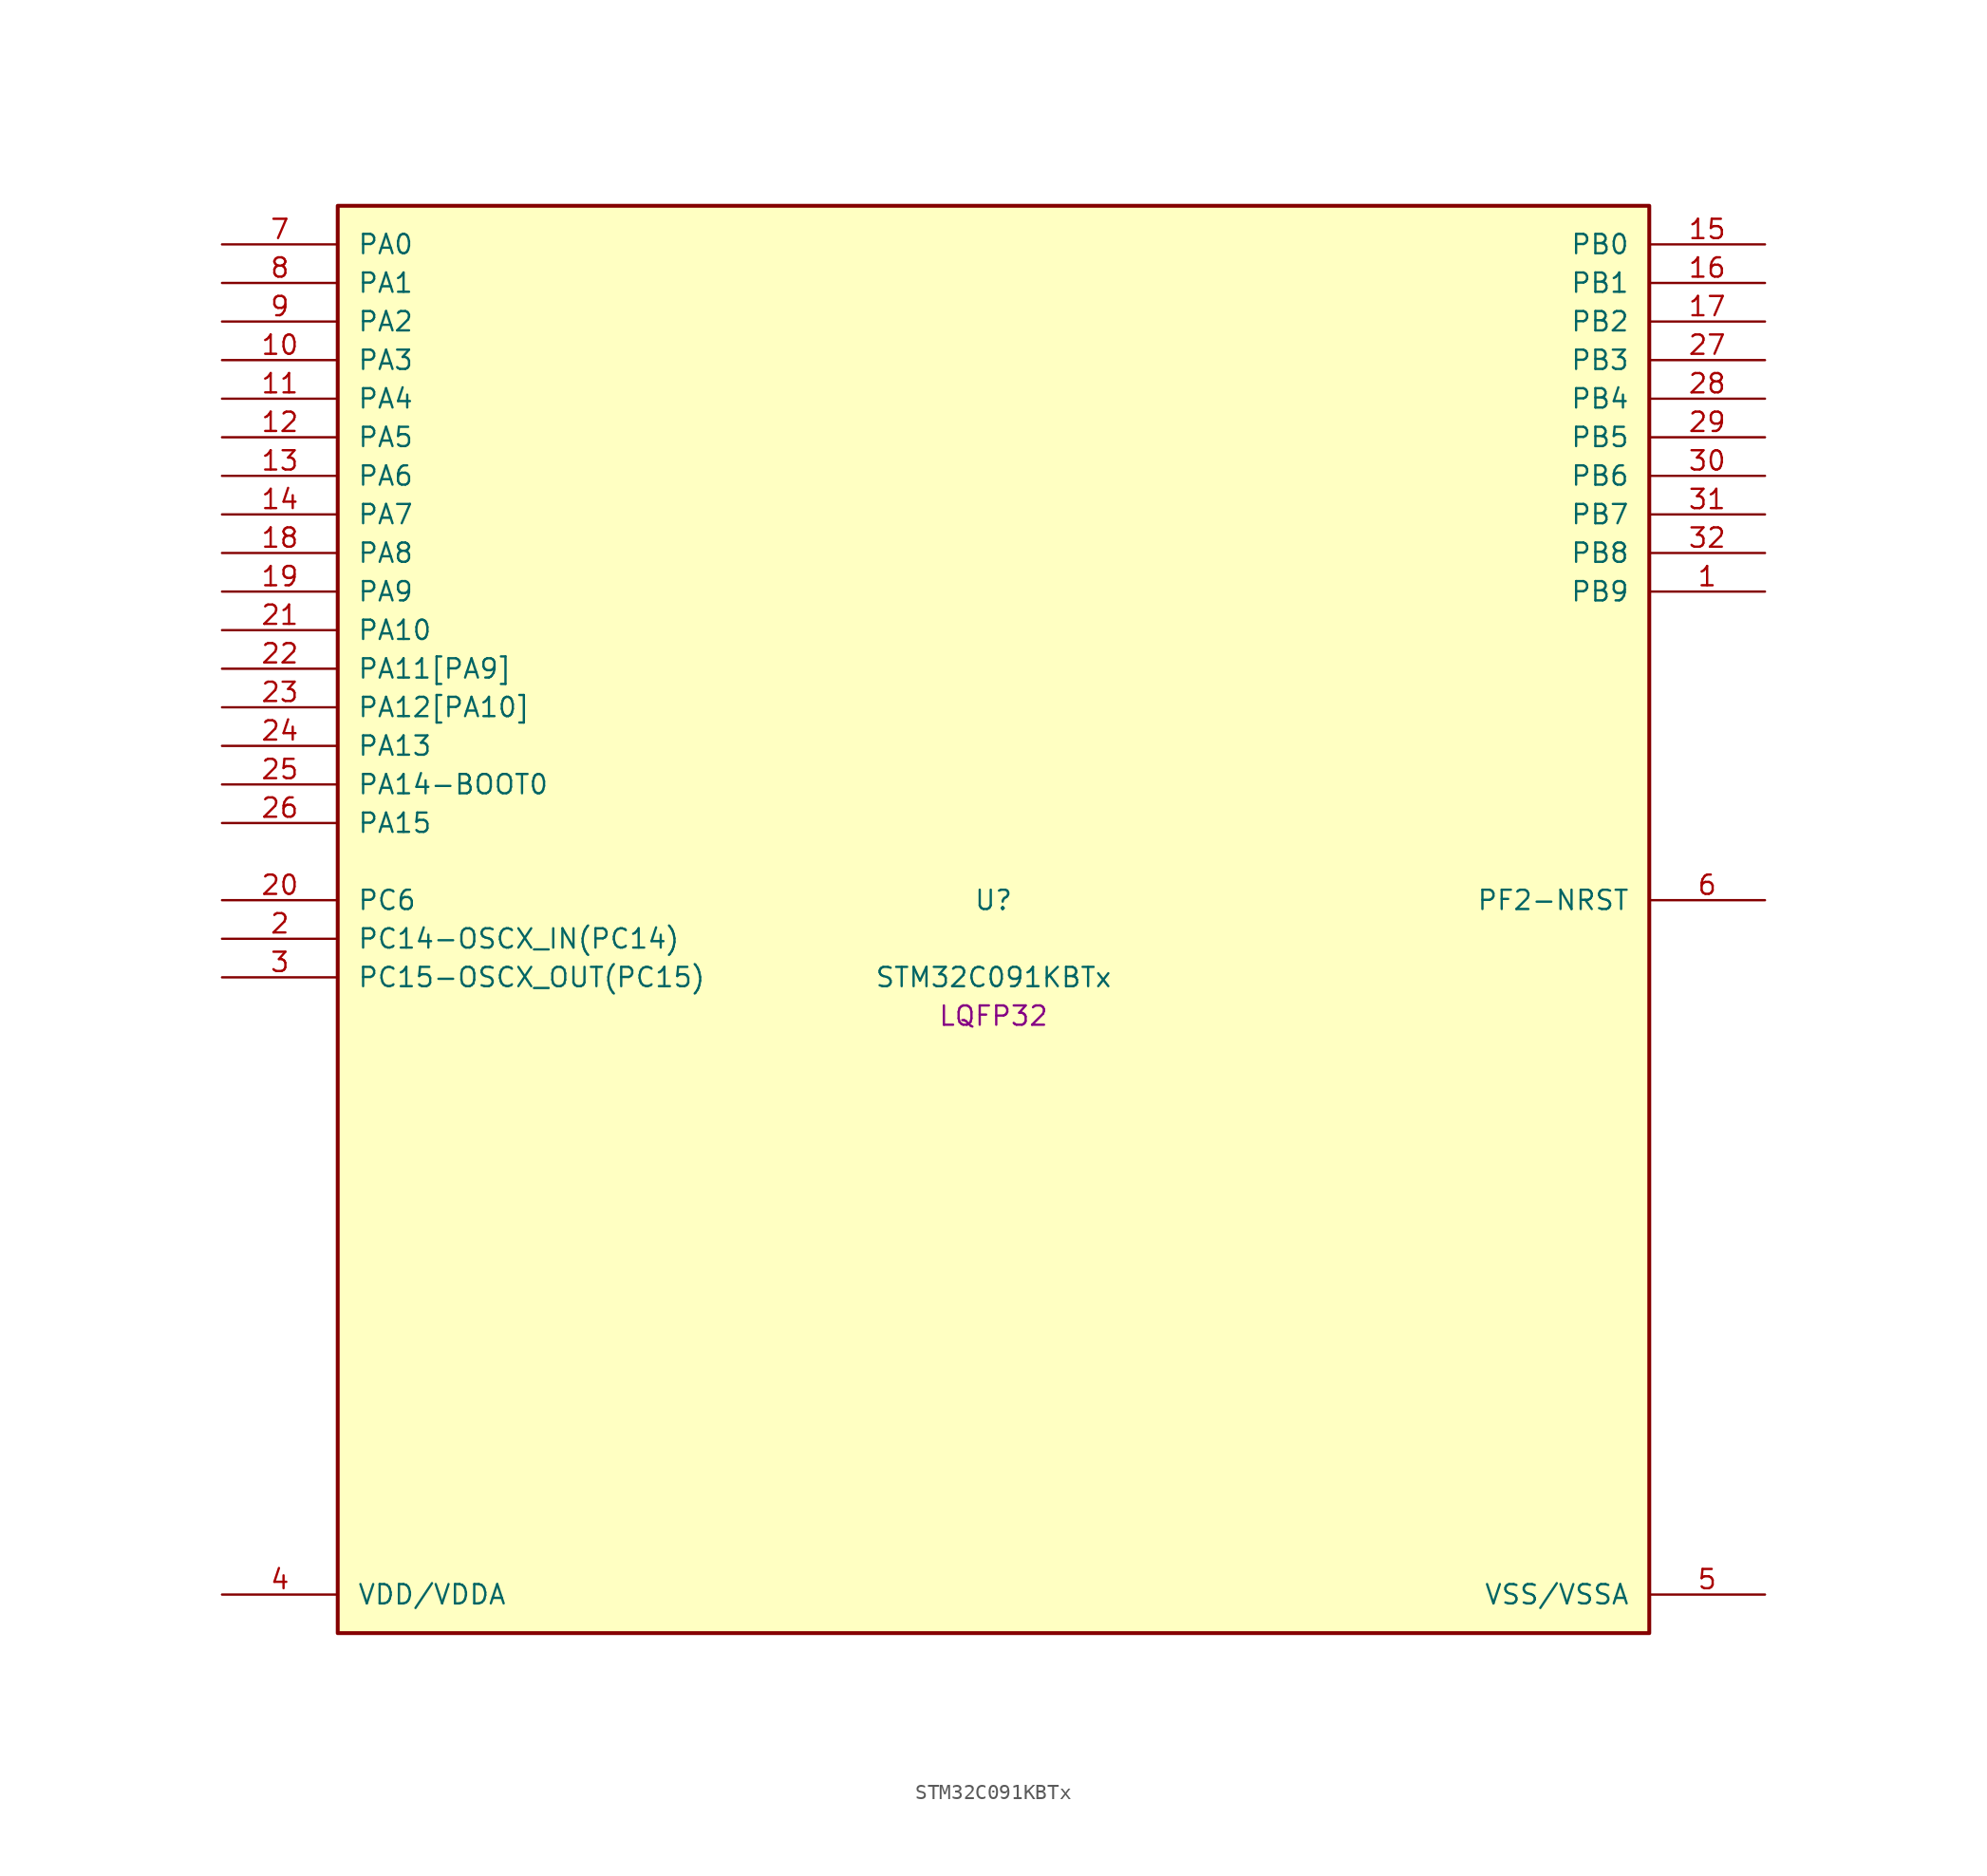
<source format=kicad_sym>
(kicad_symbol_lib
  (version 20241209)
  (generator "stm32_pkl_generator")
  (generator_version "1.0")
  (symbol "STM32C091KBTx"
    (pin_names
      (offset 1.27))
    (property "Reference" "U"
      (at 0 2.54 0))
    (property "Value" "STM32C091KBTx"
      (at 0 -2.54 0))
    (property "Footprint" "LQFP32"
      (at 0 -5.08 0))
    (symbol "STM32C091KBTx_1_1"
      (rectangle (start -43.18 48.26) (end 43.18 -45.72) (stroke (width 0.254) (type solid)) (fill (type background)))
      (pin bidirectional line (at -50.8 45.72 0) (length 7.62) (name "PA0") (number "7") (alternate "PA0/ADC1_IN0" bidirectional line) (alternate "PA0/PWR_WKUP1" bidirectional line) (alternate "PA0/SPI2_SCK" bidirectional line) (alternate "PA0/TIM16_CH1" bidirectional line) (alternate "PA0/TIM1_CH1" bidirectional line) (alternate "PA0/TIM2_CH1" bidirectional line) (alternate "PA0/TIM2_ETR" bidirectional line) (alternate "PA0/USART1_TX" bidirectional line) (alternate "PA0/USART2_CTS" bidirectional line) (alternate "PA0/USART2_NSS" bidirectional line) (alternate "PA0/USART4_TX" bidirectional line))
      (pin bidirectional line (at -50.8 43.18 0) (length 7.62) (name "PA1") (number "8") (alternate "PA1/ADC1_IN1" bidirectional line) (alternate "PA1/I2C1_SMBA" bidirectional line) (alternate "PA1/I2S1_CK" bidirectional line) (alternate "PA1/SPI1_SCK" bidirectional line) (alternate "PA1/TIM15_CH1N" bidirectional line) (alternate "PA1/TIM17_CH1" bidirectional line) (alternate "PA1/TIM1_CH2" bidirectional line) (alternate "PA1/TIM2_CH2" bidirectional line) (alternate "PA1/USART1_RX" bidirectional line) (alternate "PA1/USART2_CK" bidirectional line) (alternate "PA1/USART2_DE" bidirectional line) (alternate "PA1/USART2_RTS" bidirectional line) (alternate "PA1/USART4_RX" bidirectional line))
      (pin bidirectional line (at -50.8 40.64 0) (length 7.62) (name "PA2") (number "9") (alternate "PA2/ADC1_IN2" bidirectional line) (alternate "PA2/I2S1_SD" bidirectional line) (alternate "PA2/PWR_WKUP4" bidirectional line) (alternate "PA2/RCC_LSCO" bidirectional line) (alternate "PA2/SPI1_MOSI" bidirectional line) (alternate "PA2/TIM15_CH1" bidirectional line) (alternate "PA2/TIM16_CH1N" bidirectional line) (alternate "PA2/TIM1_CH3" bidirectional line) (alternate "PA2/TIM2_CH3" bidirectional line) (alternate "PA2/TIM3_ETR" bidirectional line) (alternate "PA2/USART2_TX" bidirectional line))
      (pin bidirectional line (at -50.8 38.1 0) (length 7.62) (name "PA3") (number "10") (alternate "PA3/ADC1_IN3" bidirectional line) (alternate "PA3/SPI2_MISO" bidirectional line) (alternate "PA3/TIM15_CH2" bidirectional line) (alternate "PA3/TIM1_CH1N" bidirectional line) (alternate "PA3/TIM1_CH4" bidirectional line) (alternate "PA3/TIM2_CH4" bidirectional line) (alternate "PA3/USART2_RX" bidirectional line))
      (pin bidirectional line (at -50.8 35.56 0) (length 7.62) (name "PA4") (number "11") (alternate "PA4/ADC1_IN4" bidirectional line) (alternate "PA4/I2S1_WS" bidirectional line) (alternate "PA4/PWR_WKUP2" bidirectional line) (alternate "PA4/RTC_OUT1" bidirectional line) (alternate "PA4/RTC_TS" bidirectional line) (alternate "PA4/SPI1_NSS" bidirectional line) (alternate "PA4/SPI2_MOSI" bidirectional line) (alternate "PA4/TIM14_CH1" bidirectional line) (alternate "PA4/TIM17_CH1N" bidirectional line) (alternate "PA4/TIM1_CH2N" bidirectional line) (alternate "PA4/USART2_TX" bidirectional line))
      (pin bidirectional line (at -50.8 33.02 0) (length 7.62) (name "PA5") (number "12") (alternate "PA5/ADC1_IN5" bidirectional line) (alternate "PA5/I2S1_CK" bidirectional line) (alternate "PA5/SPI1_SCK" bidirectional line) (alternate "PA5/TIM1_CH1" bidirectional line) (alternate "PA5/TIM1_CH3N" bidirectional line) (alternate "PA5/TIM2_CH1" bidirectional line) (alternate "PA5/TIM2_ETR" bidirectional line) (alternate "PA5/USART2_RX" bidirectional line) (alternate "PA5/USART3_TX" bidirectional line))
      (pin bidirectional line (at -50.8 30.48 0) (length 7.62) (name "PA6") (number "13") (alternate "PA6/ADC1_IN6" bidirectional line) (alternate "PA6/I2C2_SDA" bidirectional line) (alternate "PA6/I2S1_MCK" bidirectional line) (alternate "PA6/SPI1_MISO" bidirectional line) (alternate "PA6/TIM16_CH1" bidirectional line) (alternate "PA6/TIM1_BKIN" bidirectional line) (alternate "PA6/TIM3_CH1" bidirectional line) (alternate "PA6/USART3_CTS" bidirectional line) (alternate "PA6/USART3_NSS" bidirectional line))
      (pin bidirectional line (at -50.8 27.94 0) (length 7.62) (name "PA7") (number "14") (alternate "PA7/ADC1_IN7" bidirectional line) (alternate "PA7/I2C2_SCL" bidirectional line) (alternate "PA7/I2S1_SD" bidirectional line) (alternate "PA7/SPI1_MOSI" bidirectional line) (alternate "PA7/TIM14_CH1" bidirectional line) (alternate "PA7/TIM17_CH1" bidirectional line) (alternate "PA7/TIM1_CH1N" bidirectional line) (alternate "PA7/TIM3_CH2" bidirectional line))
      (pin bidirectional line (at -50.8 25.4 0) (length 7.62) (name "PA8") (number "18") (alternate "PA8/ADC1_IN8" bidirectional line) (alternate "PA8/I2S1_WS" bidirectional line) (alternate "PA8/RCC_MCO" bidirectional line) (alternate "PA8/RCC_MCO_2" bidirectional line) (alternate "PA8/SPI1_NSS" bidirectional line) (alternate "PA8/SPI2_MISO" bidirectional line) (alternate "PA8/SPI2_NSS" bidirectional line) (alternate "PA8/TIM14_CH1" bidirectional line) (alternate "PA8/TIM1_CH1" bidirectional line) (alternate "PA8/TIM1_CH2N" bidirectional line) (alternate "PA8/TIM1_CH3N" bidirectional line) (alternate "PA8/TIM3_CH3" bidirectional line) (alternate "PA8/TIM3_CH4" bidirectional line) (alternate "PA8/USART1_RX" bidirectional line) (alternate "PA8/USART2_TX" bidirectional line))
      (pin bidirectional line (at -50.8 22.86 0) (length 7.62) (name "PA9") (number "19") (alternate "PA9/I2C1_SCL" bidirectional line) (alternate "PA9/I2C2_SCL" bidirectional line) (alternate "PA9/RCC_MCO" bidirectional line) (alternate "PA9/SPI2_MISO" bidirectional line) (alternate "PA9/TIM15_BKIN" bidirectional line) (alternate "PA9/TIM1_CH2" bidirectional line) (alternate "PA9/TIM3_ETR" bidirectional line) (alternate "PA9/USART1_TX" bidirectional line) (alternate "PA9/NC" bidirectional line))
      (pin bidirectional line (at -50.8 20.32 0) (length 7.62) (name "PA10") (number "21") (alternate "PA10/I2C1_SDA" bidirectional line) (alternate "PA10/I2C2_SDA" bidirectional line) (alternate "PA10/RCC_MCO_2" bidirectional line) (alternate "PA10/SPI2_MOSI" bidirectional line) (alternate "PA10/TIM17_BKIN" bidirectional line) (alternate "PA10/TIM1_CH3" bidirectional line) (alternate "PA10/USART1_RX" bidirectional line) (alternate "PA10/NC" bidirectional line))
      (pin bidirectional line (at -50.8 17.78 0) (length 7.62) (name "PA11[PA9]") (number "22") (alternate "PA11[PA9]/ADC1_EXTI11" bidirectional line) (alternate "PA11[PA9]/I2C2_SCL" bidirectional line) (alternate "PA11[PA9]/I2S1_MCK" bidirectional line) (alternate "PA11[PA9]/SPI1_MISO" bidirectional line) (alternate "PA11[PA9]/TIM1_BKIN2" bidirectional line) (alternate "PA11[PA9]/TIM1_CH4" bidirectional line) (alternate "PA11[PA9]/USART1_CTS" bidirectional line) (alternate "PA11[PA9]/USART1_NSS" bidirectional line) (alternate "PA11[PA9]/PA9[PA11]" bidirectional line) (alternate "PA11[PA9]/I2C1_SCL" bidirectional line) (alternate "PA11[PA9]/RCC_MCO" bidirectional line) (alternate "PA11[PA9]/SPI2_MISO" bidirectional line) (alternate "PA11[PA9]/TIM15_BKIN" bidirectional line) (alternate "PA11[PA9]/TIM1_CH2" bidirectional line) (alternate "PA11[PA9]/TIM3_ETR" bidirectional line) (alternate "PA11[PA9]/USART1_TX" bidirectional line))
      (pin bidirectional line (at -50.8 15.24 0) (length 7.62) (name "PA12[PA10]") (number "23") (alternate "PA12[PA10]/I2C2_SDA" bidirectional line) (alternate "PA12[PA10]/I2S1_SD" bidirectional line) (alternate "PA12[PA10]/I2S_CKIN" bidirectional line) (alternate "PA12[PA10]/SPI1_MOSI" bidirectional line) (alternate "PA12[PA10]/TIM1_ETR" bidirectional line) (alternate "PA12[PA10]/USART1_CK" bidirectional line) (alternate "PA12[PA10]/USART1_DE" bidirectional line) (alternate "PA12[PA10]/USART1_RTS" bidirectional line) (alternate "PA12[PA10]/PA10[PA12]" bidirectional line) (alternate "PA12[PA10]/I2C1_SDA" bidirectional line) (alternate "PA12[PA10]/RCC_MCO_2" bidirectional line) (alternate "PA12[PA10]/SPI2_MOSI" bidirectional line) (alternate "PA12[PA10]/TIM17_BKIN" bidirectional line) (alternate "PA12[PA10]/TIM1_CH3" bidirectional line) (alternate "PA12[PA10]/USART1_RX" bidirectional line))
      (pin bidirectional line (at -50.8 12.7 0) (length 7.62) (name "PA13") (number "24") (alternate "PA13/ADC1_IN13" bidirectional line) (alternate "PA13/DEBUG_SWDIO" bidirectional line) (alternate "PA13/IR_OUT" bidirectional line) (alternate "PA13/TIM3_ETR" bidirectional line) (alternate "PA13/USART2_RX" bidirectional line))
      (pin bidirectional line (at -50.8 10.16 0) (length 7.62) (name "PA14-BOOT0") (number "25") (alternate "PA14-BOOT0/ADC1_IN14" bidirectional line) (alternate "PA14-BOOT0/BOOT0" bidirectional line) (alternate "PA14-BOOT0/DEBUG_SWCLK" bidirectional line) (alternate "PA14-BOOT0/I2S1_WS" bidirectional line) (alternate "PA14-BOOT0/RCC_MCO_2" bidirectional line) (alternate "PA14-BOOT0/SPI1_NSS" bidirectional line) (alternate "PA14-BOOT0/TIM1_CH1" bidirectional line) (alternate "PA14-BOOT0/USART1_CK" bidirectional line) (alternate "PA14-BOOT0/USART1_DE" bidirectional line) (alternate "PA14-BOOT0/USART1_RTS" bidirectional line) (alternate "PA14-BOOT0/USART2_RX" bidirectional line) (alternate "PA14-BOOT0/USART2_TX" bidirectional line))
      (pin bidirectional line (at -50.8 7.62 0) (length 7.62) (name "PA15") (number "26") (alternate "PA15/I2S1_WS" bidirectional line) (alternate "PA15/RCC_MCO_2" bidirectional line) (alternate "PA15/SPI1_NSS" bidirectional line) (alternate "PA15/TIM1_CH1" bidirectional line) (alternate "PA15/TIM2_CH1" bidirectional line) (alternate "PA15/TIM2_ETR" bidirectional line) (alternate "PA15/USART1_CK" bidirectional line) (alternate "PA15/USART1_DE" bidirectional line) (alternate "PA15/USART1_RTS" bidirectional line) (alternate "PA15/USART2_RX" bidirectional line) (alternate "PA15/USART3_CK" bidirectional line) (alternate "PA15/USART3_DE" bidirectional line) (alternate "PA15/USART3_RTS" bidirectional line) (alternate "PA15/USART4_CK" bidirectional line) (alternate "PA15/USART4_DE" bidirectional line) (alternate "PA15/USART4_RTS" bidirectional line))
      (pin bidirectional line (at 50.8 45.72 180) (length 7.62) (name "PB0") (number "15") (alternate "PB0/ADC1_IN17" bidirectional line) (alternate "PB0/I2S1_WS" bidirectional line) (alternate "PB0/SPI1_NSS" bidirectional line) (alternate "PB0/TIM1_CH2N" bidirectional line) (alternate "PB0/TIM3_CH3" bidirectional line) (alternate "PB0/USART3_RX" bidirectional line))
      (pin bidirectional line (at 50.8 43.18 180) (length 7.62) (name "PB1") (number "16") (alternate "PB1/ADC1_IN18" bidirectional line) (alternate "PB1/TIM14_CH1" bidirectional line) (alternate "PB1/TIM1_CH2N" bidirectional line) (alternate "PB1/TIM1_CH3N" bidirectional line) (alternate "PB1/TIM3_CH4" bidirectional line) (alternate "PB1/USART3_CK" bidirectional line) (alternate "PB1/USART3_DE" bidirectional line) (alternate "PB1/USART3_RTS" bidirectional line))
      (pin bidirectional line (at 50.8 40.64 180) (length 7.62) (name "PB2") (number "17") (alternate "PB2/ADC1_IN19" bidirectional line) (alternate "PB2/RCC_MCO_2" bidirectional line) (alternate "PB2/SPI2_MISO" bidirectional line) (alternate "PB2/USART1_RX" bidirectional line) (alternate "PB2/USART3_TX" bidirectional line))
      (pin bidirectional line (at 50.8 38.1 180) (length 7.62) (name "PB3") (number "27") (alternate "PB3/I2C2_SCL" bidirectional line) (alternate "PB3/I2S1_CK" bidirectional line) (alternate "PB3/SPI1_SCK" bidirectional line) (alternate "PB3/TIM1_CH2" bidirectional line) (alternate "PB3/TIM2_CH2" bidirectional line) (alternate "PB3/TIM3_CH2" bidirectional line) (alternate "PB3/USART1_CK" bidirectional line) (alternate "PB3/USART1_DE" bidirectional line) (alternate "PB3/USART1_RTS" bidirectional line))
      (pin bidirectional line (at 50.8 35.56 180) (length 7.62) (name "PB4") (number "28") (alternate "PB4/I2C2_SDA" bidirectional line) (alternate "PB4/I2S1_MCK" bidirectional line) (alternate "PB4/SPI1_MISO" bidirectional line) (alternate "PB4/TIM17_BKIN" bidirectional line) (alternate "PB4/TIM3_CH1" bidirectional line) (alternate "PB4/USART1_CTS" bidirectional line) (alternate "PB4/USART1_NSS" bidirectional line))
      (pin bidirectional line (at 50.8 33.02 180) (length 7.62) (name "PB5") (number "29") (alternate "PB5/I2C1_SMBA" bidirectional line) (alternate "PB5/I2S1_SD" bidirectional line) (alternate "PB5/PWR_WKUP6" bidirectional line) (alternate "PB5/SPI1_MOSI" bidirectional line) (alternate "PB5/TIM16_BKIN" bidirectional line) (alternate "PB5/TIM3_CH2" bidirectional line) (alternate "PB5/TIM3_CH3" bidirectional line))
      (pin bidirectional line (at 50.8 30.48 180) (length 7.62) (name "PB6") (number "30") (alternate "PB6/I2C1_SCL" bidirectional line) (alternate "PB6/I2C1_SMBA" bidirectional line) (alternate "PB6/I2S1_CK" bidirectional line) (alternate "PB6/I2S1_MCK" bidirectional line) (alternate "PB6/I2S1_SD" bidirectional line) (alternate "PB6/PWR_WKUP3" bidirectional line) (alternate "PB6/SPI1_MISO" bidirectional line) (alternate "PB6/SPI1_MOSI" bidirectional line) (alternate "PB6/SPI1_SCK" bidirectional line) (alternate "PB6/SPI2_MISO" bidirectional line) (alternate "PB6/TIM16_BKIN" bidirectional line) (alternate "PB6/TIM16_CH1N" bidirectional line) (alternate "PB6/TIM1_CH2" bidirectional line) (alternate "PB6/TIM1_CH3" bidirectional line) (alternate "PB6/TIM3_CH1" bidirectional line) (alternate "PB6/TIM3_CH2" bidirectional line) (alternate "PB6/TIM3_CH3" bidirectional line) (alternate "PB6/USART1_CTS" bidirectional line) (alternate "PB6/USART1_NSS" bidirectional line) (alternate "PB6/USART1_TX" bidirectional line))
      (pin bidirectional line (at 50.8 27.94 180) (length 7.62) (name "PB7") (number "31") (alternate "PB7/I2C1_SCL" bidirectional line) (alternate "PB7/I2C1_SDA" bidirectional line) (alternate "PB7/RTC_REFIN" bidirectional line) (alternate "PB7/SPI2_MOSI" bidirectional line) (alternate "PB7/TIM16_CH1" bidirectional line) (alternate "PB7/TIM17_CH1N" bidirectional line) (alternate "PB7/TIM1_CH4" bidirectional line) (alternate "PB7/TIM3_CH1" bidirectional line) (alternate "PB7/TIM3_CH4" bidirectional line) (alternate "PB7/USART1_RX" bidirectional line) (alternate "PB7/USART2_CTS" bidirectional line) (alternate "PB7/USART2_NSS" bidirectional line) (alternate "PB7/USART4_CTS" bidirectional line) (alternate "PB7/USART4_NSS" bidirectional line))
      (pin bidirectional line (at 50.8 25.4 180) (length 7.62) (name "PB8") (number "32") (alternate "PB8/I2C1_SCL" bidirectional line) (alternate "PB8/SPI2_SCK" bidirectional line) (alternate "PB8/TIM15_BKIN" bidirectional line) (alternate "PB8/TIM16_CH1" bidirectional line) (alternate "PB8/TIM3_CH1" bidirectional line) (alternate "PB8/USART2_CTS" bidirectional line) (alternate "PB8/USART2_NSS" bidirectional line) (alternate "PB8/USART3_TX" bidirectional line))
      (pin bidirectional line (at 50.8 22.86 180) (length 7.62) (name "PB9") (number "1") (alternate "PB9/I2C1_SDA" bidirectional line) (alternate "PB9/IR_OUT" bidirectional line) (alternate "PB9/SPI2_NSS" bidirectional line) (alternate "PB9/TIM17_CH1" bidirectional line) (alternate "PB9/TIM3_CH2" bidirectional line) (alternate "PB9/USART2_CK" bidirectional line) (alternate "PB9/USART2_DE" bidirectional line) (alternate "PB9/USART2_RTS" bidirectional line) (alternate "PB9/USART3_RX" bidirectional line))
      (pin bidirectional line (at -50.8 2.54 0) (length 7.62) (name "PC6") (number "20") (alternate "PC6/TIM2_CH3" bidirectional line) (alternate "PC6/TIM3_CH1" bidirectional line))
      (pin bidirectional line (at -50.8 0 0) (length 7.62) (name "PC14-OSCX_IN(PC14)") (number "2") (alternate "PC14-OSCX_IN(PC14)/I2C1_SDA" bidirectional line) (alternate "PC14-OSCX_IN(PC14)/IR_OUT" bidirectional line) (alternate "PC14-OSCX_IN(PC14)/RCC_OSCX_IN" bidirectional line) (alternate "PC14-OSCX_IN(PC14)/SPI2_NSS" bidirectional line) (alternate "PC14-OSCX_IN(PC14)/TIM17_CH1" bidirectional line) (alternate "PC14-OSCX_IN(PC14)/TIM1_BKIN2" bidirectional line) (alternate "PC14-OSCX_IN(PC14)/TIM1_ETR" bidirectional line) (alternate "PC14-OSCX_IN(PC14)/TIM3_CH2" bidirectional line) (alternate "PC14-OSCX_IN(PC14)/USART1_TX" bidirectional line) (alternate "PC14-OSCX_IN(PC14)/USART2_CK" bidirectional line) (alternate "PC14-OSCX_IN(PC14)/USART2_DE" bidirectional line) (alternate "PC14-OSCX_IN(PC14)/USART2_RTS" bidirectional line) (alternate "PC14-OSCX_IN(PC14)/USART3_TX" bidirectional line))
      (pin bidirectional line (at -50.8 -2.54 0) (length 7.62) (name "PC15-OSCX_OUT(PC15)") (number "3") (alternate "PC15-OSCX_OUT(PC15)/RCC_OSC32_EN" bidirectional line) (alternate "PC15-OSCX_OUT(PC15)/RCC_OSCX_OUT" bidirectional line) (alternate "PC15-OSCX_OUT(PC15)/RCC_OSC_EN" bidirectional line) (alternate "PC15-OSCX_OUT(PC15)/TIM15_BKIN" bidirectional line) (alternate "PC15-OSCX_OUT(PC15)/TIM1_ETR" bidirectional line) (alternate "PC15-OSCX_OUT(PC15)/TIM3_CH3" bidirectional line))
      (pin bidirectional line (at 50.8 2.54 180) (length 7.62) (name "PF2-NRST") (number "6") (alternate "PF2-NRST/RCC_MCO" bidirectional line) (alternate "PF2-NRST/TIM1_CH4" bidirectional line))
      (pin power_in line (at -50.8 -43.18 0) (length 7.62) (name "VDD/VDDA") (number "4"))
      (pin power_in line (at 50.8 -43.18 180) (length 7.62) (name "VSS/VSSA") (number "5")))))
</source>
